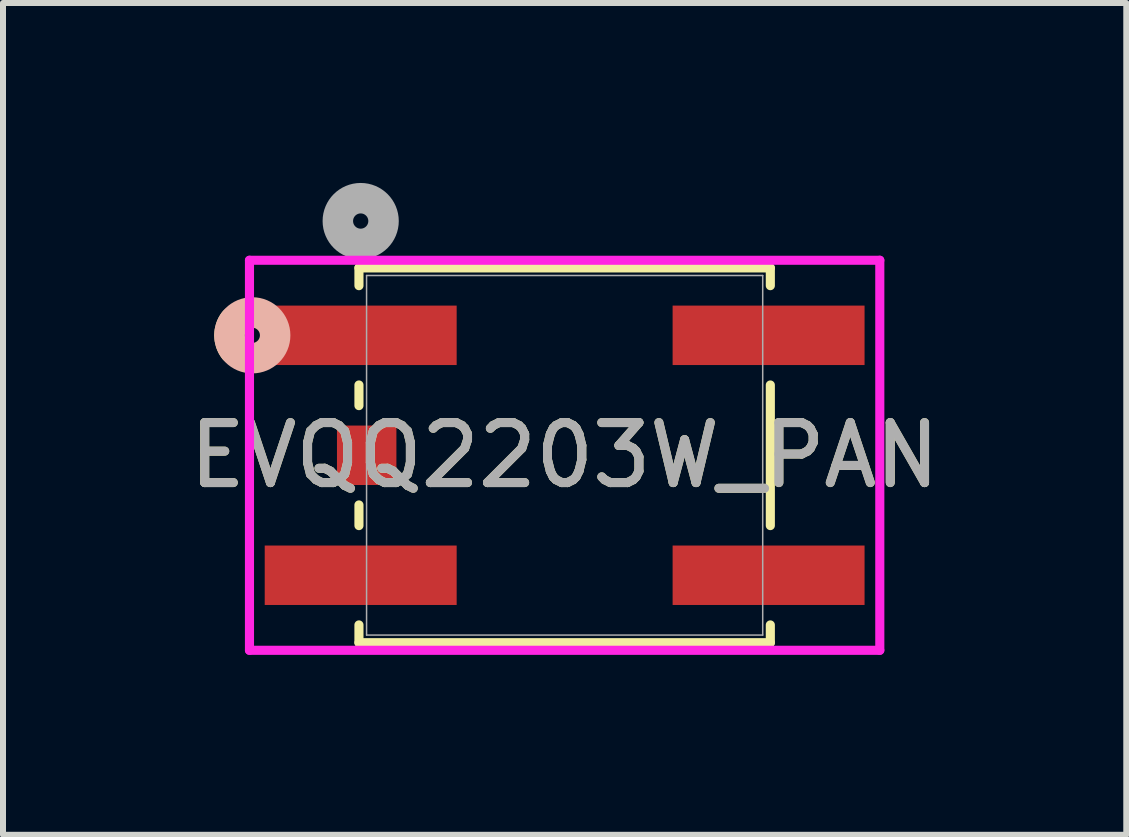
<source format=kicad_pcb>
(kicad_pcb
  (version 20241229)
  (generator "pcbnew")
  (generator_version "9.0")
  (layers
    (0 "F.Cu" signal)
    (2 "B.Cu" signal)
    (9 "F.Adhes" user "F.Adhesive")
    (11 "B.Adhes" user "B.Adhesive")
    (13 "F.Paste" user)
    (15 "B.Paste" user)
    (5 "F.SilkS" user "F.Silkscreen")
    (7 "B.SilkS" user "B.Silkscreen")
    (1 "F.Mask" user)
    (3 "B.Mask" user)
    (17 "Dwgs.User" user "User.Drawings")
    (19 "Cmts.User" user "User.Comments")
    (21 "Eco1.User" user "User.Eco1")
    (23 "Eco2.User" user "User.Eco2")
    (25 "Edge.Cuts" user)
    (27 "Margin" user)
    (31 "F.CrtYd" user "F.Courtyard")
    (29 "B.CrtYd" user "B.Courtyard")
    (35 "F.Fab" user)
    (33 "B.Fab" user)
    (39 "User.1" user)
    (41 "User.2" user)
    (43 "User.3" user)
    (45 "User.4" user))
  (footprint "EVQQ2203W_PAN"
    (layer "F.Cu")
    (at 6.363 4.54)
    (property "Reference" "EVQQ2203W_PAN" (at 0 0 0) (unlocked yes) (layer "F.SilkS") (effects (font (size 1 1) (thickness 0.15))))
    (attr smd)
    (fp_line (start -3.429 -3.124) (end -3.429 -2.828) (stroke (width 0.152) (type solid)) (layer "F.SilkS"))
    (fp_line (start -3.429 -1.172) (end -3.429 -0.828) (stroke (width 0.152) (type solid)) (layer "F.SilkS"))
    (fp_line (start -3.429 0.828) (end -3.429 1.172) (stroke (width 0.152) (type solid)) (layer "F.SilkS"))
    (fp_line (start -3.429 2.828) (end -3.429 3.124) (stroke (width 0.152) (type solid)) (layer "F.SilkS"))
    (fp_line (start -3.429 3.124) (end 3.429 3.124) (stroke (width 0.152) (type solid)) (layer "F.SilkS"))
    (fp_line (start 3.429 -3.124) (end -3.429 -3.124) (stroke (width 0.152) (type solid)) (layer "F.SilkS"))
    (fp_line (start 3.429 -2.828) (end 3.429 -3.124) (stroke (width 0.152) (type solid)) (layer "F.SilkS"))
    (fp_line (start 3.429 1.172) (end 3.429 -1.172) (stroke (width 0.152) (type solid)) (layer "F.SilkS"))
    (fp_line (start 3.429 3.124) (end 3.429 2.828) (stroke (width 0.152) (type solid)) (layer "F.SilkS"))
    (fp_arc (start -5.510539 -1.769728) (mid -5.588 -2) (end -5.510539 -2.230272) (stroke (width 0.508) (type solid)) (layer "F.SilkS"))
    (fp_circle (center -5.207 -2) (end -4.826 -2) (stroke (width 0.508) (type solid)) (fill no) (layer "B.SilkS"))
    (fp_line (start -5.254 -3.251) (end -5.254 3.251) (stroke (width 0.152) (type solid)) (layer "F.CrtYd"))
    (fp_line (start -5.254 3.251) (end 5.254 3.251) (stroke (width 0.152) (type solid)) (layer "F.CrtYd"))
    (fp_line (start 5.254 -3.251) (end -5.254 -3.251) (stroke (width 0.152) (type solid)) (layer "F.CrtYd"))
    (fp_line (start 5.254 3.251) (end 5.254 -3.251) (stroke (width 0.152) (type solid)) (layer "F.CrtYd"))
    (fp_line (start -3.302 -2.997) (end -3.302 2.997) (stroke (width 0.025) (type solid)) (layer "F.Fab"))
    (fp_line (start -3.302 2.997) (end 3.302 2.997) (stroke (width 0.025) (type solid)) (layer "F.Fab"))
    (fp_line (start 3.302 -2.997) (end -3.302 -2.997) (stroke (width 0.025) (type solid)) (layer "F.Fab"))
    (fp_line (start 3.302 2.997) (end 3.302 -2.997) (stroke (width 0.025) (type solid)) (layer "F.Fab"))
    (fp_circle (center -3.4 -3.905) (end -3.019 -3.905) (stroke (width 0.508) (type solid)) (fill no) (layer "F.Fab"))
    (fp_text user "${REFERENCE}" (at 0 0 0) (unlocked yes) (layer "F.Fab") (effects (font (size 1 1) (thickness 0.15))))
    (pad "1" smd rect (at -3.4 -2) (size 3.2 0.991) (layers "F.Cu" "F.Mask" "F.Paste"))
    (pad "2" smd rect (at 3.4 -2) (size 3.2 0.991) (layers "F.Cu" "F.Mask" "F.Paste"))
    (pad "3" smd rect (at -3.4 2) (size 3.2 0.991) (layers "F.Cu" "F.Mask" "F.Paste"))
    (pad "4" smd rect (at 3.4 2) (size 3.2 0.991) (layers "F.Cu" "F.Mask" "F.Paste"))
    (pad "5" smd rect (at -3.3 0) (size 0.991 0.991) (layers "F.Cu" "F.Mask" "F.Paste")))
  (gr_rect
    (start -3 -3)
    (end 15.726 10.867)
    (stroke (width 0.1) (type default))
    (fill no)
    (layer "Edge.Cuts")))
</source>
